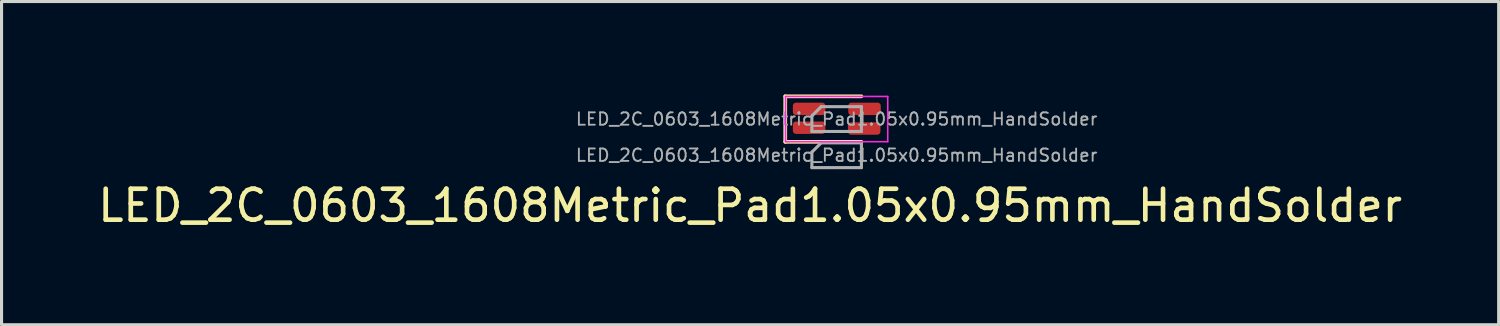
<source format=kicad_pcb>
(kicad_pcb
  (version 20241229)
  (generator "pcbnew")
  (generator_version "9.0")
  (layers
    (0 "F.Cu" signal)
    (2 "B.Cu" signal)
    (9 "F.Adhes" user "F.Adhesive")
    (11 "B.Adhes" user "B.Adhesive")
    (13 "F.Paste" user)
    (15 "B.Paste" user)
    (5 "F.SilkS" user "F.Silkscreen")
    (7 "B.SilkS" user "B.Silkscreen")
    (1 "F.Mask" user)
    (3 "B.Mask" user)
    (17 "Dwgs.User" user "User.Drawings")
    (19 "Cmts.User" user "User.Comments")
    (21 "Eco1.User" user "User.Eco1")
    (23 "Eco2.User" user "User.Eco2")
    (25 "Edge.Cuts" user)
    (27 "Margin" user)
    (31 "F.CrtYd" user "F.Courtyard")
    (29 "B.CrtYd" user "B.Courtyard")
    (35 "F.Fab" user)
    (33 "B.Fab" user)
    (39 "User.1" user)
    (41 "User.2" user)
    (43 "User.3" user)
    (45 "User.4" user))
  (footprint "LED_2C_0603_1608Metric_Pad1.05x0.95mm_HandSolder"
    (layer "F.Cu")
    (at 23.967 0.795)
    (property "Reference" "LED_2C_0603_1608Metric_Pad1.05x0.95mm_HandSolder" (at -2.794 2.794 0) (layer "F.SilkS") (effects (font (size 1 1) (thickness 0.15))))
    (attr smd)
    (fp_line (start -1.66 -0.735) (end -1.66 0.735) (stroke (width 0.12) (type solid)) (layer "F.SilkS"))
    (fp_line (start -1.66 0.735) (end 0.8 0.735) (stroke (width 0.12) (type solid)) (layer "F.SilkS"))
    (fp_line (start 0.8 -0.735) (end -1.66 -0.735) (stroke (width 0.12) (type solid)) (layer "F.SilkS"))
    (fp_line (start -1.65 -0.73) (end 1.65 -0.73) (stroke (width 0.05) (type solid)) (layer "F.CrtYd"))
    (fp_line (start -1.65 0.73) (end -1.65 -0.73) (stroke (width 0.05) (type solid)) (layer "F.CrtYd"))
    (fp_line (start 1.65 -0.73) (end 1.65 0.73) (stroke (width 0.05) (type solid)) (layer "F.CrtYd"))
    (fp_line (start 1.65 0.73) (end -1.65 0.73) (stroke (width 0.05) (type solid)) (layer "F.CrtYd"))
    (fp_line (start -0.8 -0.1) (end -0.8 0.4) (stroke (width 0.1) (type solid)) (layer "F.Fab"))
    (fp_line (start -0.8 0.4) (end 0.8 0.4) (stroke (width 0.1) (type solid)) (layer "F.Fab"))
    (fp_line (start -0.8 1.068) (end -0.8 1.568) (stroke (width 0.1) (type solid)) (layer "F.Fab"))
    (fp_line (start -0.8 1.568) (end 0.8 1.568) (stroke (width 0.1) (type solid)) (layer "F.Fab"))
    (fp_line (start -0.5 -0.4) (end -0.8 -0.1) (stroke (width 0.1) (type solid)) (layer "F.Fab"))
    (fp_line (start -0.5 0.768) (end -0.8 1.068) (stroke (width 0.1) (type solid)) (layer "F.Fab"))
    (fp_line (start 0.8 -0.4) (end -0.5 -0.4) (stroke (width 0.1) (type solid)) (layer "F.Fab"))
    (fp_line (start 0.8 0.4) (end 0.8 -0.4) (stroke (width 0.1) (type solid)) (layer "F.Fab"))
    (fp_line (start 0.8 0.768) (end -0.5 0.768) (stroke (width 0.1) (type solid)) (layer "F.Fab"))
    (fp_line (start 0.8 1.568) (end 0.8 0.768) (stroke (width 0.1) (type solid)) (layer "F.Fab"))
    (fp_text user "${REFERENCE}" (at 0 0 0) (layer "F.Fab") (effects (font (size 0.4 0.4) (thickness 0.06))))
    (fp_text user "${REFERENCE}" (at 0 1.168 0) (layer "F.Fab") (effects (font (size 0.4 0.4) (thickness 0.06))))
    (pad "1" smd roundrect (at 0.9 -0.33) (size 1.05 0.4) (layers "F.Cu" "F.Mask" "F.Paste") (roundrect_rratio 0.25))
    (pad "2" smd roundrect (at -0.889 -0.33) (size 1.05 0.4) (layers "F.Cu" "F.Mask" "F.Paste") (roundrect_rratio 0.25))
    (pad "3" smd roundrect (at 0.889 0.305) (size 1.05 0.4) (layers "F.Cu" "F.Mask" "F.Paste") (roundrect_rratio 0.25))
    (pad "4" smd roundrect (at -0.889 0.279) (size 1.05 0.4) (layers "F.Cu" "F.Mask" "F.Paste") (roundrect_rratio 0.25)))
  (gr_rect
    (start -3 -3)
    (end 45.345 7.437)
    (stroke (width 0.1) (type default))
    (fill no)
    (layer "Edge.Cuts")))
</source>
